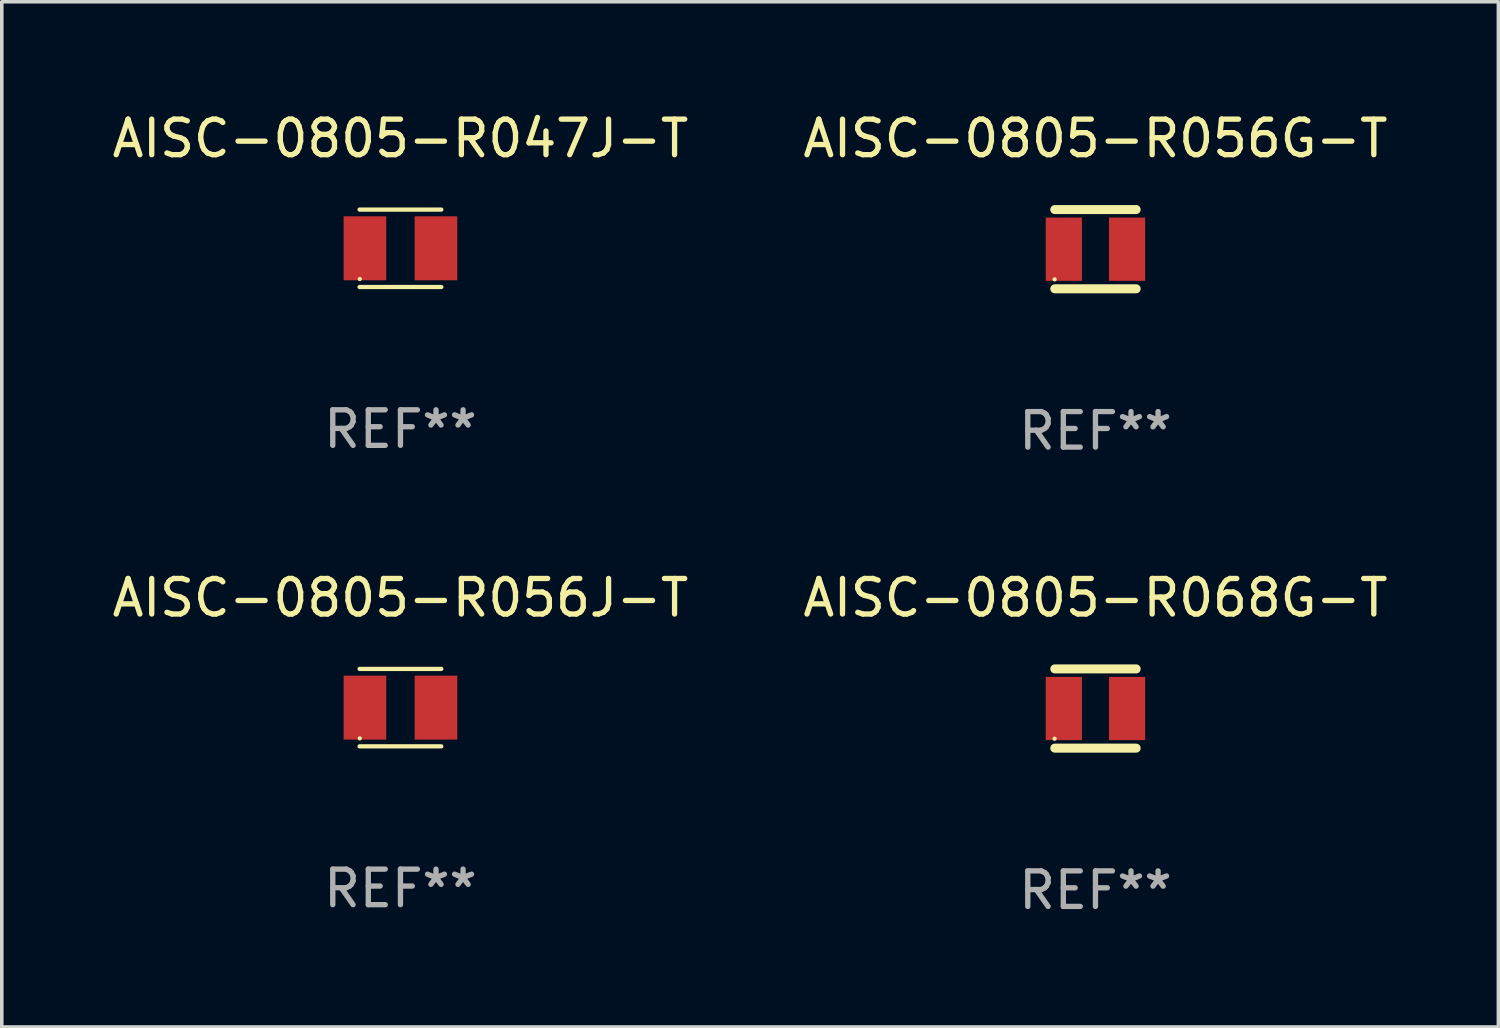
<source format=kicad_pcb>
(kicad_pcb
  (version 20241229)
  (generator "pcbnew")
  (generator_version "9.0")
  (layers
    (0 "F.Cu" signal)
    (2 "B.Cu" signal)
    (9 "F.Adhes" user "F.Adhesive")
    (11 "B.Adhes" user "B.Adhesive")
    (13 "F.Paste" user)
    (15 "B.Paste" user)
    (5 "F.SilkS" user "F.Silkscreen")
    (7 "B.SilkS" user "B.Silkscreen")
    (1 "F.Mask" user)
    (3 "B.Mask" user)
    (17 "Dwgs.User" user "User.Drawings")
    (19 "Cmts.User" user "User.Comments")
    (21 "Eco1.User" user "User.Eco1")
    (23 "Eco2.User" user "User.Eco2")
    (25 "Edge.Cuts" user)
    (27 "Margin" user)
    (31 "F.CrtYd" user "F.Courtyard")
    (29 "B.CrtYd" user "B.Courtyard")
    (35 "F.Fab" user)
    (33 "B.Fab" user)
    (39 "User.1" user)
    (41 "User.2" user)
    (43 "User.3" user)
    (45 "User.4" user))
  (footprint "AISC-0805-R047J-T"
    (layer "F.Cu")
    (at 8.22 3.938)
    (property "Reference" "AISC-0805-R047J-T" (at 0 -3.09 0) (layer "F.SilkS") (effects (font (size 1 1) (thickness 0.15))))
    (attr through_hole)
    (fp_line (start -1.15 1.09) (end 1.15 1.09) (stroke (width 0.12) (type solid)) (layer "F.SilkS"))
    (fp_line (start 1.15 -1.09) (end -1.15 -1.09) (stroke (width 0.12) (type solid)) (layer "F.SilkS"))
    (fp_circle (center -1.145 0.865) (end -1.115 0.865) (stroke (width 0.06) (type solid)) (fill no) (layer "F.SilkS"))
    (fp_text user "REF**" (at 0 5.09 0) (layer "F.Fab") (effects (font (size 1 1) (thickness 0.15))))
    (pad "1" smd rect (at -1 0 90) (size 1.8 1.2) (layers "F.Cu" "F.Mask" "F.Paste"))
    (pad "2" smd rect (at 1 0 90) (size 1.8 1.2) (layers "F.Cu" "F.Mask" "F.Paste")))
  (footprint "AISC-0805-R056G-T"
    (layer "F.Cu")
    (at 27.78 3.963)
    (property "Reference" "AISC-0805-R056G-T" (at 0 -3.115 0) (layer "F.SilkS") (effects (font (size 1 1) (thickness 0.15))))
    (attr through_hole)
    (fp_line (start -1.145 -1.115) (end 1.145 -1.115) (stroke (width 0.254) (type solid)) (layer "F.SilkS"))
    (fp_line (start -1.145 1.115) (end 1.145 1.115) (stroke (width 0.254) (type solid)) (layer "F.SilkS"))
    (fp_circle (center -1.15 0.85) (end -1.12 0.85) (stroke (width 0.06) (type solid)) (fill no) (layer "F.SilkS"))
    (fp_text user "REF**" (at 0 5.115 0) (layer "F.Fab") (effects (font (size 1 1) (thickness 0.15))))
    (pad "1" smd rect (at -0.89 0 90) (size 1.78 1.02) (layers "F.Cu" "F.Mask" "F.Paste"))
    (pad "2" smd rect (at 0.89 0 90) (size 1.78 1.02) (layers "F.Cu" "F.Mask" "F.Paste")))
  (footprint "AISC-0805-R068G-T"
    (layer "F.Cu")
    (at 27.78 16.89)
    (property "Reference" "AISC-0805-R068G-T" (at 0 -3.115 0) (layer "F.SilkS") (effects (font (size 1 1) (thickness 0.15))))
    (attr through_hole)
    (fp_line (start -1.145 -1.115) (end 1.145 -1.115) (stroke (width 0.254) (type solid)) (layer "F.SilkS"))
    (fp_line (start -1.145 1.115) (end 1.145 1.115) (stroke (width 0.254) (type solid)) (layer "F.SilkS"))
    (fp_circle (center -1.15 0.85) (end -1.12 0.85) (stroke (width 0.06) (type solid)) (fill no) (layer "F.SilkS"))
    (fp_text user "REF**" (at 0 5.115 0) (layer "F.Fab") (effects (font (size 1 1) (thickness 0.15))))
    (pad "1" smd rect (at -0.89 0 90) (size 1.78 1.02) (layers "F.Cu" "F.Mask" "F.Paste"))
    (pad "2" smd rect (at 0.89 0 90) (size 1.78 1.02) (layers "F.Cu" "F.Mask" "F.Paste")))
  (footprint "AISC-0805-R056J-T"
    (layer "F.Cu")
    (at 8.22 16.865)
    (property "Reference" "AISC-0805-R056J-T" (at 0 -3.09 0) (layer "F.SilkS") (effects (font (size 1 1) (thickness 0.15))))
    (attr through_hole)
    (fp_line (start -1.15 1.09) (end 1.15 1.09) (stroke (width 0.12) (type solid)) (layer "F.SilkS"))
    (fp_line (start 1.15 -1.09) (end -1.15 -1.09) (stroke (width 0.12) (type solid)) (layer "F.SilkS"))
    (fp_circle (center -1.145 0.865) (end -1.115 0.865) (stroke (width 0.06) (type solid)) (fill no) (layer "F.SilkS"))
    (fp_text user "REF**" (at 0 5.09 0) (layer "F.Fab") (effects (font (size 1 1) (thickness 0.15))))
    (pad "1" smd rect (at -1 0 90) (size 1.8 1.2) (layers "F.Cu" "F.Mask" "F.Paste"))
    (pad "2" smd rect (at 1 0 90) (size 1.8 1.2) (layers "F.Cu" "F.Mask" "F.Paste")))
  (gr_rect
    (start -3 -3)
    (end 39.119 25.853)
    (stroke (width 0.1) (type default))
    (fill no)
    (layer "Edge.Cuts")))
</source>
